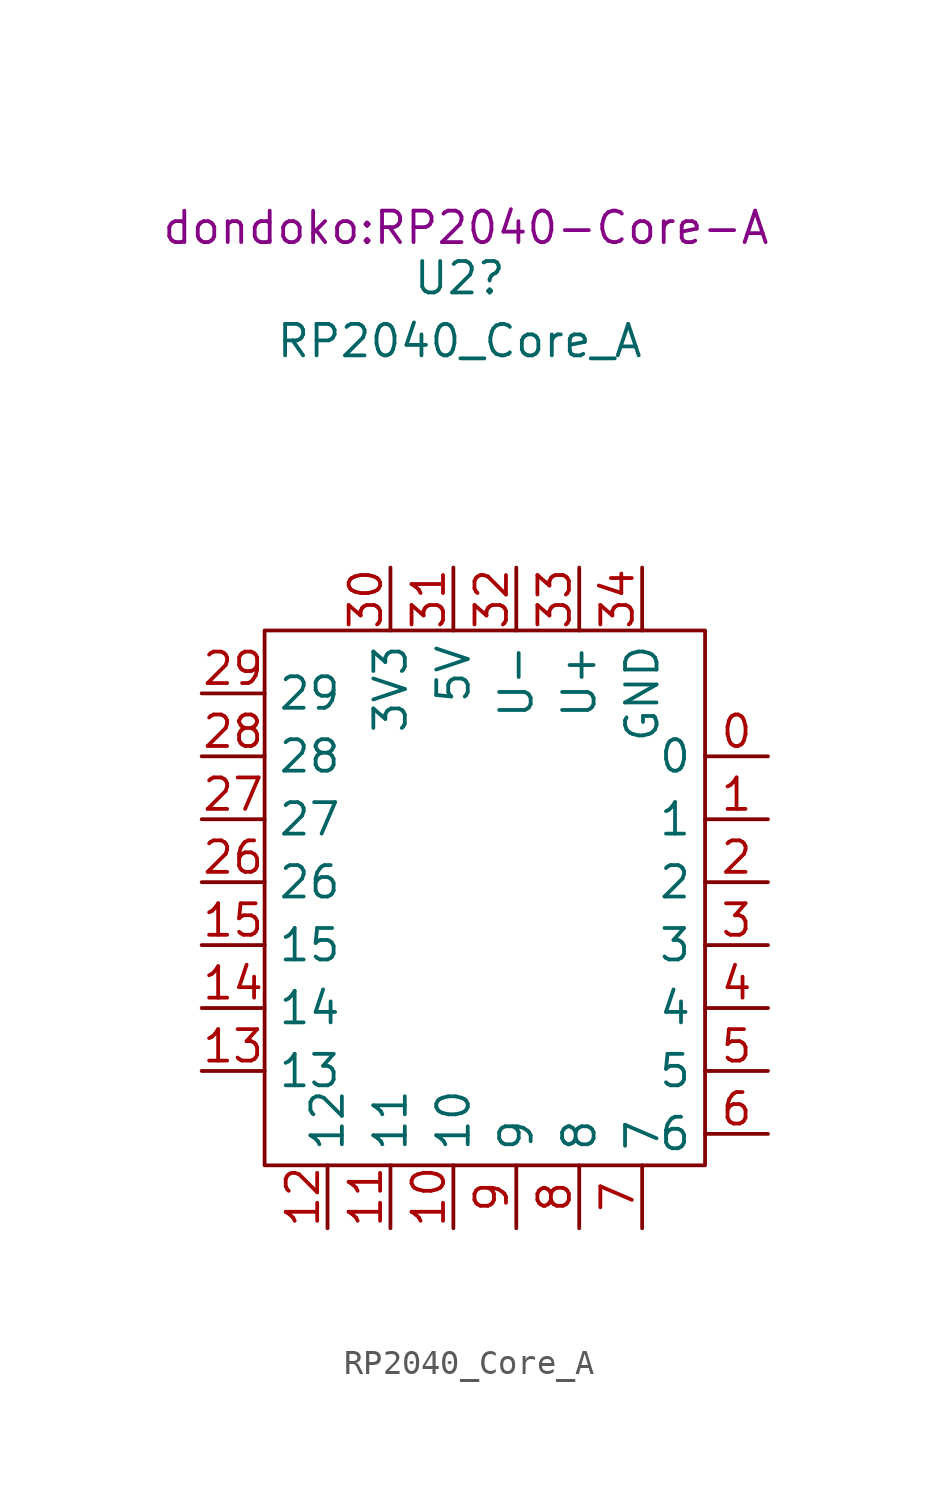
<source format=kicad_sym>
(kicad_symbol_lib
  (version 20231120)
  (generator "kicad_symbol_editor")
  (generator_version "8.0")
  (symbol "RP2040_Core_A"
    (property "Reference" "U2"
      (at -2.286 26.924 0)
      (effects (font (size 1.27 1.27))))
    (property "Value" "RP2040_Core_A"
      (at -2.286 24.384 0)
      (effects (font (size 1.27 1.27))))
    (property "Footprint" "dondoko:RP2040-Core-A"
      (at -2.032 28.956 0)
      (effects (font (size 1.27 1.27))))
    (symbol "RP2040_Core_A_0_1"
      (rectangle (start -10.16 12.7) (end 7.62 -8.89) (stroke (width 0) (type default)) (fill (type none))))
    (symbol "RP2040_Core_A_1_1"
      (pin tri_state line (at 10.16 7.62 180) (length 2.54) (name "0" (effects (font (size 1.27 1.27)))) (number "0" (effects (font (size 1.27 1.27)))))
      (pin bidirectional line (at 10.16 5.08 180) (length 2.54) (name "1" (effects (font (size 1.27 1.27)))) (number "1" (effects (font (size 1.27 1.27)))))
      (pin bidirectional line (at -2.54 -11.43 90) (length 2.54) (name "10" (effects (font (size 1.27 1.27)))) (number "10" (effects (font (size 1.27 1.27)))))
      (pin bidirectional line (at -5.08 -11.43 90) (length 2.54) (name "11" (effects (font (size 1.27 1.27)))) (number "11" (effects (font (size 1.27 1.27)))))
      (pin bidirectional line (at -7.62 -11.43 90) (length 2.54) (name "12" (effects (font (size 1.27 1.27)))) (number "12" (effects (font (size 1.27 1.27)))))
      (pin bidirectional line (at -12.7 -5.08 0) (length 2.54) (name "13" (effects (font (size 1.27 1.27)))) (number "13" (effects (font (size 1.27 1.27)))))
      (pin bidirectional line (at -12.7 -2.54 0) (length 2.54) (name "14" (effects (font (size 1.27 1.27)))) (number "14" (effects (font (size 1.27 1.27)))))
      (pin bidirectional line (at -12.7 0 0) (length 2.54) (name "15" (effects (font (size 1.27 1.27)))) (number "15" (effects (font (size 1.27 1.27)))))
      (pin bidirectional line (at 10.16 2.54 180) (length 2.54) (name "2" (effects (font (size 1.27 1.27)))) (number "2" (effects (font (size 1.27 1.27)))))
      (pin bidirectional line (at -12.7 2.54 0) (length 2.54) (name "26" (effects (font (size 1.27 1.27)))) (number "26" (effects (font (size 1.27 1.27)))))
      (pin bidirectional line (at -12.7 5.08 0) (length 2.54) (name "27" (effects (font (size 1.27 1.27)))) (number "27" (effects (font (size 1.27 1.27)))))
      (pin bidirectional line (at -12.7 7.62 0) (length 2.54) (name "28" (effects (font (size 1.27 1.27)))) (number "28" (effects (font (size 1.27 1.27)))))
      (pin bidirectional line (at -12.7 10.16 0) (length 2.54) (name "29" (effects (font (size 1.27 1.27)))) (number "29" (effects (font (size 1.27 1.27)))))
      (pin bidirectional line (at 10.16 0 180) (length 2.54) (name "3" (effects (font (size 1.27 1.27)))) (number "3" (effects (font (size 1.27 1.27)))))
      (pin power_out line (at -5.08 15.24 270) (length 2.54) (name "3V3" (effects (font (size 1.27 1.27)))) (number "30" (effects (font (size 1.27 1.27)))))
      (pin power_out line (at -2.54 15.24 270) (length 2.54) (name "5V" (effects (font (size 1.27 1.27)))) (number "31" (effects (font (size 1.27 1.27)))))
      (pin bidirectional line (at 0 15.24 270) (length 2.54) (name "U-" (effects (font (size 1.27 1.27)))) (number "32" (effects (font (size 1.27 1.27)))))
      (pin bidirectional line (at 2.54 15.24 270) (length 2.54) (name "U+" (effects (font (size 1.27 1.27)))) (number "33" (effects (font (size 1.27 1.27)))))
      (pin power_in line (at 5.08 15.24 270) (length 2.54) (name "GND" (effects (font (size 1.27 1.27)))) (number "34" (effects (font (size 1.27 1.27)))))
      (pin bidirectional line (at 10.16 -2.54 180) (length 2.54) (name "4" (effects (font (size 1.27 1.27)))) (number "4" (effects (font (size 1.27 1.27)))))
      (pin bidirectional line (at 10.16 -5.08 180) (length 2.54) (name "5" (effects (font (size 1.27 1.27)))) (number "5" (effects (font (size 1.27 1.27)))))
      (pin bidirectional line (at 10.16 -7.62 180) (length 2.54) (name "6" (effects (font (size 1.27 1.27)))) (number "6" (effects (font (size 1.27 1.27)))))
      (pin bidirectional line (at 5.08 -11.43 90) (length 2.54) (name "7" (effects (font (size 1.27 1.27)))) (number "7" (effects (font (size 1.27 1.27)))))
      (pin bidirectional line (at 2.54 -11.43 90) (length 2.54) (name "8" (effects (font (size 1.27 1.27)))) (number "8" (effects (font (size 1.27 1.27)))))
      (pin bidirectional line (at 0 -11.43 90) (length 2.54) (name "9" (effects (font (size 1.27 1.27)))) (number "9" (effects (font (size 1.27 1.27))))))))
</source>
